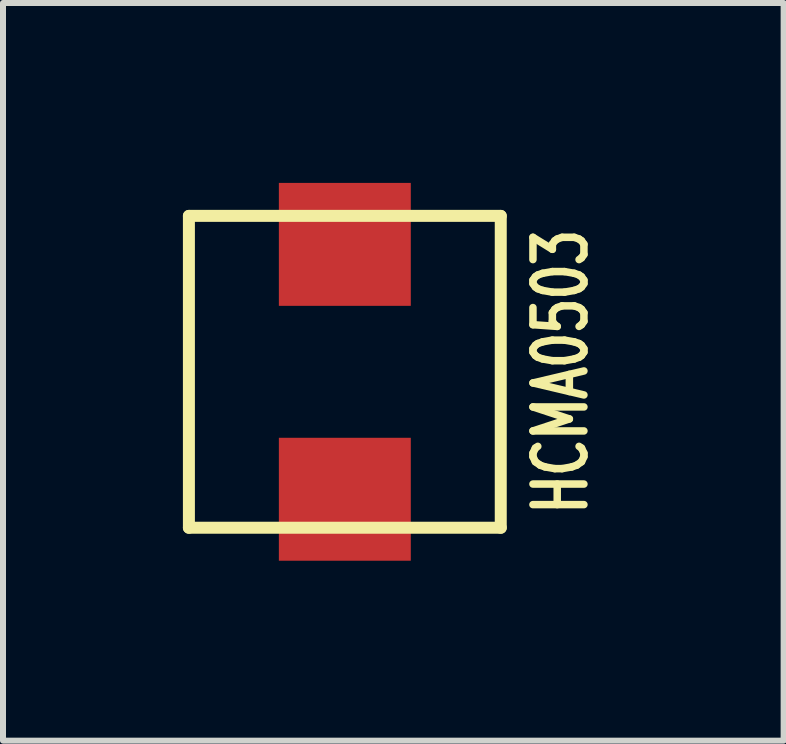
<source format=kicad_pcb>
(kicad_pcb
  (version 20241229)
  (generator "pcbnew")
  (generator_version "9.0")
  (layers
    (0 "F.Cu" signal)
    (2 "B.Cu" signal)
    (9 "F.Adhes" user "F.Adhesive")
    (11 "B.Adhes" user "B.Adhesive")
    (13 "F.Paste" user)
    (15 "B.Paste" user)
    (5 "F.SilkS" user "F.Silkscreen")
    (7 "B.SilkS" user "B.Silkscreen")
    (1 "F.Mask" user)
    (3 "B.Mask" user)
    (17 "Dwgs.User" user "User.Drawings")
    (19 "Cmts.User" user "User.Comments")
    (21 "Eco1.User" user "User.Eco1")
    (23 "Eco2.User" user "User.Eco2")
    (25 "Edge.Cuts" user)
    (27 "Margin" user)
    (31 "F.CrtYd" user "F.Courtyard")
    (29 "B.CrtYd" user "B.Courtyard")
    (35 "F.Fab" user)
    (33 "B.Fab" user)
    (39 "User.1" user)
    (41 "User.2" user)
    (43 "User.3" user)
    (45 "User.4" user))
  (footprint "HCMA0503"
    (layer "F.Cu")
    (at 2.7 3.15)
    (property "Reference" "HCMA0503" (at 3.6 0 90) (layer "F.SilkS") (effects (font (size 0.85 0.6) (thickness 0.125))))
    (attr through_hole)
    (fp_line (start -2.6 -2.6) (end 2.6 -2.6) (stroke (width 0.2) (type solid)) (layer "F.SilkS"))
    (fp_line (start -2.6 2.6) (end -2.6 -2.6) (stroke (width 0.2) (type solid)) (layer "F.SilkS"))
    (fp_line (start 2.6 -2.6) (end 2.6 2.6) (stroke (width 0.2) (type solid)) (layer "F.SilkS"))
    (fp_line (start 2.6 2.6) (end -2.6 2.6) (stroke (width 0.2) (type solid)) (layer "F.SilkS"))
    (pad "1" smd rect (at 0 -2.125) (size 2.2 2.05) (layers "F.Cu" "F.Mask" "F.Paste"))
    (pad "2" smd rect (at 0 2.125) (size 2.2 2.05) (layers "F.Cu" "F.Mask" "F.Paste")))
  (gr_rect
    (start -3 -3)
    (end 10.017 9.3)
    (stroke (width 0.1) (type default))
    (fill no)
    (layer "Edge.Cuts")))
</source>
